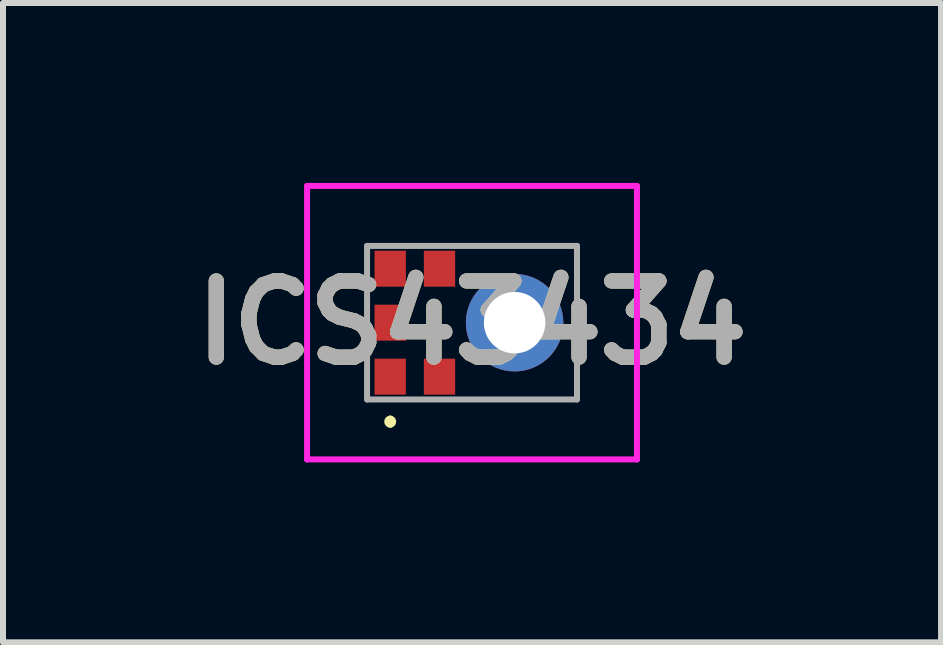
<source format=kicad_pcb>
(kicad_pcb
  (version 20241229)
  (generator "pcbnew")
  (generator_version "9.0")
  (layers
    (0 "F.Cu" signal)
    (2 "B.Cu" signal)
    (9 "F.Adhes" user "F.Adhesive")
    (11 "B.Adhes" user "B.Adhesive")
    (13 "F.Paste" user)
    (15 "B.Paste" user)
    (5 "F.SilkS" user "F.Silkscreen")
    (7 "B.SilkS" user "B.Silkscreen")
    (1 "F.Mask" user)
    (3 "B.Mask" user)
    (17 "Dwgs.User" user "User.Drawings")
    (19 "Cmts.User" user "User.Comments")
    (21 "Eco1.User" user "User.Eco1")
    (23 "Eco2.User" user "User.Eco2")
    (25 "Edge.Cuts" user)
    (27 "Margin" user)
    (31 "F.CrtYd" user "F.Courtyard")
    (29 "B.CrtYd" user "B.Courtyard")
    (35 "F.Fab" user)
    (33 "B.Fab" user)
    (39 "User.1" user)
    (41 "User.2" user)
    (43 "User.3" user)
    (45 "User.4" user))
  (footprint "ICS43434"
    (layer "F.Cu")
    (at 4.82 2.33)
    (property "Reference" "ICS43434" (at 0 0 0) (layer "F.SilkS") (effects (font (size 1.27 1.27) (thickness 0.254))))
    (attr through_hole)
    (fp_line (start -1.364 1.6) (end -1.364 1.6) (stroke (width 0.1) (type solid)) (layer "F.SilkS"))
    (fp_line (start -1.364 1.7) (end -1.364 1.7) (stroke (width 0.1) (type solid)) (layer "F.SilkS"))
    (fp_arc (start -1.364 1.6) (mid -1.314 1.65) (end -1.364 1.7) (stroke (width 0.1) (type solid)) (layer "F.SilkS"))
    (fp_arc (start -1.364 1.7) (mid -1.414 1.65) (end -1.364 1.6) (stroke (width 0.1) (type solid)) (layer "F.SilkS"))
    (fp_line (start -2.75 -2.28) (end 2.75 -2.28) (stroke (width 0.1) (type solid)) (layer "F.CrtYd"))
    (fp_line (start -2.75 2.28) (end -2.75 -2.28) (stroke (width 0.1) (type solid)) (layer "F.CrtYd"))
    (fp_line (start 2.75 -2.28) (end 2.75 2.28) (stroke (width 0.1) (type solid)) (layer "F.CrtYd"))
    (fp_line (start 2.75 2.28) (end -2.75 2.28) (stroke (width 0.1) (type solid)) (layer "F.CrtYd"))
    (fp_line (start -1.75 -1.28) (end 1.75 -1.28) (stroke (width 0.1) (type solid)) (layer "F.Fab"))
    (fp_line (start -1.75 1.28) (end -1.75 -1.28) (stroke (width 0.1) (type solid)) (layer "F.Fab"))
    (fp_line (start 1.75 -1.28) (end 1.75 1.28) (stroke (width 0.1) (type solid)) (layer "F.Fab"))
    (fp_line (start 1.75 1.28) (end -1.75 1.28) (stroke (width 0.1) (type solid)) (layer "F.Fab"))
    (fp_text user "${REFERENCE}" (at 0 0 0) (layer "F.Fab") (effects (font (size 1.27 1.27) (thickness 0.254))))
    (pad "1" smd rect (at -1.364 0.9) (size 0.522 0.6) (layers "F.Cu" "F.Mask" "F.Paste"))
    (pad "2" smd rect (at -0.542 0.9) (size 0.522 0.6) (layers "F.Cu" "F.Mask" "F.Paste"))
    (pad "3" thru_hole circle (at 0.71 0) (size 1.625 1.625) (drill 1.025) (layers "*.Cu" "*.Mask"))
    (pad "4" smd rect (at -0.542 -0.9) (size 0.522 0.6) (layers "F.Cu" "F.Mask" "F.Paste"))
    (pad "5" smd rect (at -1.364 -0.9) (size 0.522 0.6) (layers "F.Cu" "F.Mask" "F.Paste"))
    (pad "6" smd rect (at -1.364 0) (size 0.522 0.6) (layers "F.Cu" "F.Mask" "F.Paste")))
  (gr_rect
    (start -3 -3)
    (end 12.64 7.66)
    (stroke (width 0.1) (type default))
    (fill no)
    (layer "Edge.Cuts")))
</source>
